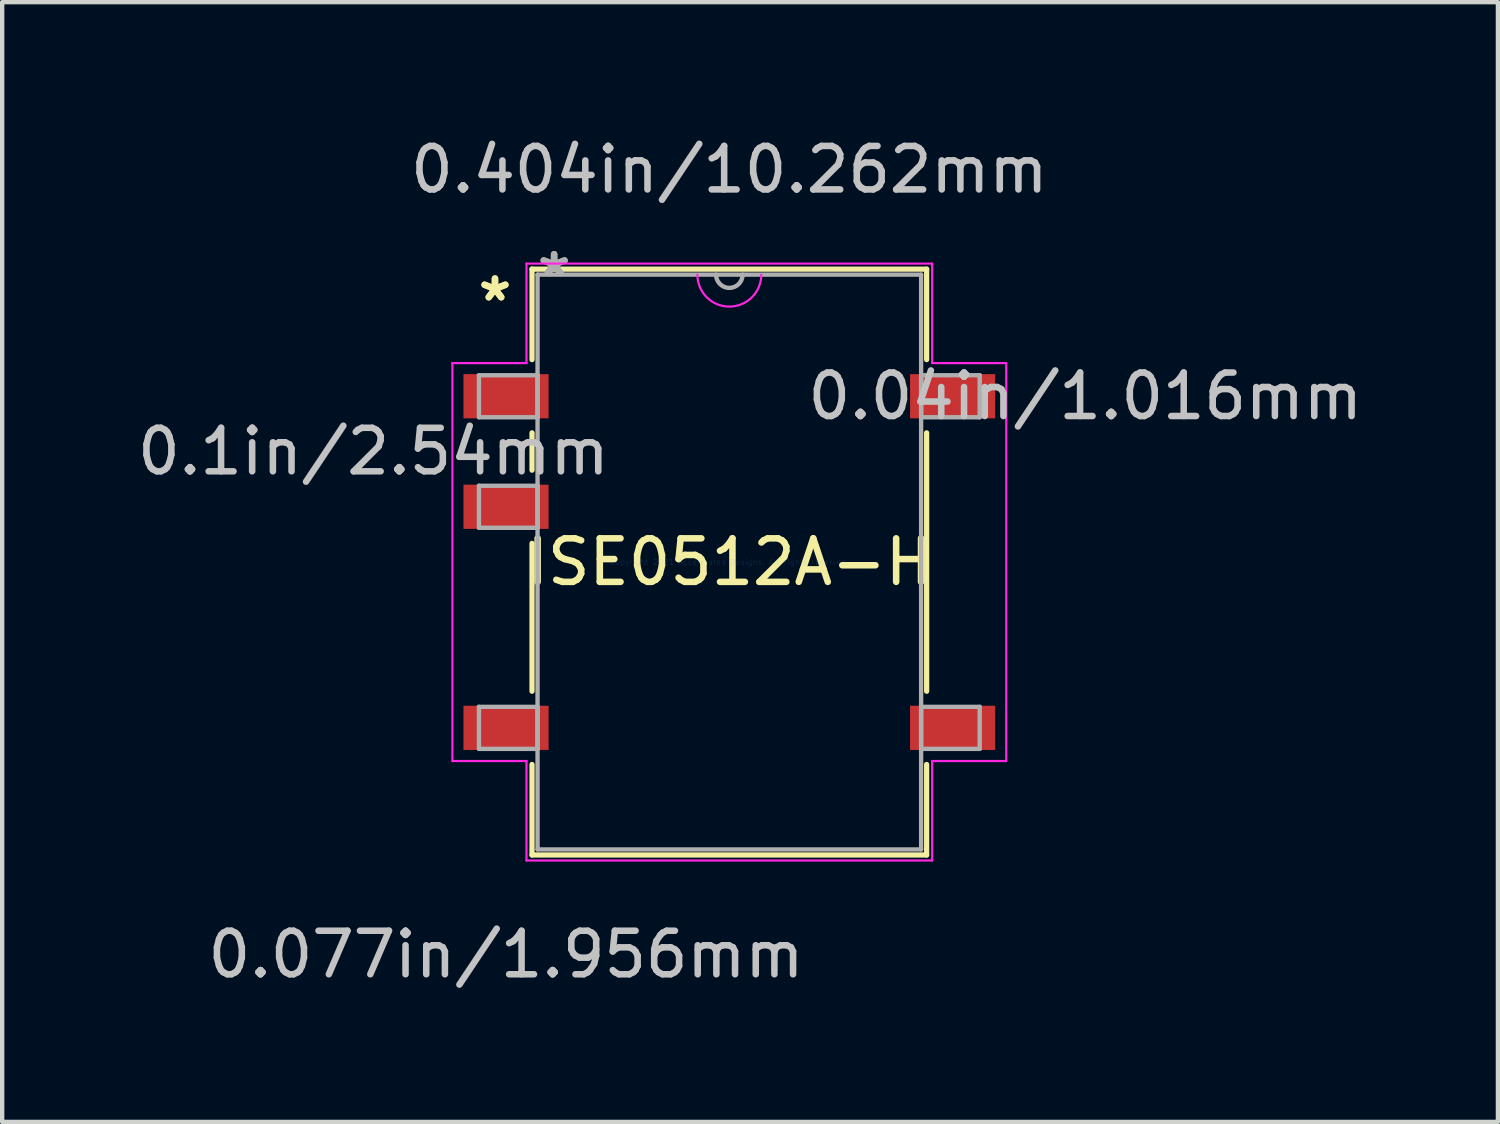
<source format=kicad_pcb>
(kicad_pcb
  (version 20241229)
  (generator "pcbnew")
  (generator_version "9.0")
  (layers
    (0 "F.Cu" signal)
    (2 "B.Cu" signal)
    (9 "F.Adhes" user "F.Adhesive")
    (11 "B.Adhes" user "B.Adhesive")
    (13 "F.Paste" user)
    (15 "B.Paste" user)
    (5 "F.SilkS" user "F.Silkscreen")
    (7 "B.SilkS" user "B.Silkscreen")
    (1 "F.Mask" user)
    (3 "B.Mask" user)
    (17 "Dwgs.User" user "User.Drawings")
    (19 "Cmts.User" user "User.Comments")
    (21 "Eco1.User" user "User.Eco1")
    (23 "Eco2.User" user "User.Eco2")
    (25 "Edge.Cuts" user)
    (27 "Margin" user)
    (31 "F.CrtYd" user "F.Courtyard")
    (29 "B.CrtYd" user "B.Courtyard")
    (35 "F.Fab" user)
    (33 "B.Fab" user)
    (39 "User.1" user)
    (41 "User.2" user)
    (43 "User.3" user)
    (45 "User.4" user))
  (footprint "ISE0512A-H"
    (layer "F.Cu")
    (at 13.709 9.865)
    (property "Reference" "ISE0512A-H" (at 0 0 0) (layer "F.SilkS") (effects (font (size 1 1) (thickness 0.15))))
    (attr through_hole)
    (fp_line (start -4.534 -6.731) (end -4.534 -4.651) (stroke (width 0.12) (type solid)) (layer "F.SilkS"))
    (fp_line (start -4.534 -2.969) (end -4.534 -2.111) (stroke (width 0.12) (type solid)) (layer "F.SilkS"))
    (fp_line (start -4.534 -0.429) (end -4.534 2.969) (stroke (width 0.12) (type solid)) (layer "F.SilkS"))
    (fp_line (start -4.534 4.651) (end -4.534 6.731) (stroke (width 0.12) (type solid)) (layer "F.SilkS"))
    (fp_line (start -4.534 6.731) (end 4.534 6.731) (stroke (width 0.12) (type solid)) (layer "F.SilkS"))
    (fp_line (start 4.534 -6.731) (end -4.534 -6.731) (stroke (width 0.12) (type solid)) (layer "F.SilkS"))
    (fp_line (start 4.534 -4.651) (end 4.534 -6.731) (stroke (width 0.12) (type solid)) (layer "F.SilkS"))
    (fp_line (start 4.534 2.969) (end 4.534 -2.969) (stroke (width 0.12) (type solid)) (layer "F.SilkS"))
    (fp_line (start 4.534 6.731) (end 4.534 4.651) (stroke (width 0.12) (type solid)) (layer "F.SilkS"))
    (fp_line (start -6.363 -4.572) (end -4.661 -4.572) (stroke (width 0.05) (type solid)) (layer "F.CrtYd"))
    (fp_line (start -6.363 4.572) (end -6.363 -4.572) (stroke (width 0.05) (type solid)) (layer "F.CrtYd"))
    (fp_line (start -4.661 -6.858) (end 4.661 -6.858) (stroke (width 0.05) (type solid)) (layer "F.CrtYd"))
    (fp_line (start -4.661 -4.572) (end -4.661 -6.858) (stroke (width 0.05) (type solid)) (layer "F.CrtYd"))
    (fp_line (start -4.661 4.572) (end -6.363 4.572) (stroke (width 0.05) (type solid)) (layer "F.CrtYd"))
    (fp_line (start -4.661 6.858) (end -4.661 4.572) (stroke (width 0.05) (type solid)) (layer "F.CrtYd"))
    (fp_line (start 4.661 -6.858) (end 4.661 -4.572) (stroke (width 0.05) (type solid)) (layer "F.CrtYd"))
    (fp_line (start 4.661 -4.572) (end 6.363 -4.572) (stroke (width 0.05) (type solid)) (layer "F.CrtYd"))
    (fp_line (start 4.661 4.572) (end 4.661 6.858) (stroke (width 0.05) (type solid)) (layer "F.CrtYd"))
    (fp_line (start 4.661 6.858) (end -4.661 6.858) (stroke (width 0.05) (type solid)) (layer "F.CrtYd"))
    (fp_line (start 6.363 -4.572) (end 6.363 4.572) (stroke (width 0.05) (type solid)) (layer "F.CrtYd"))
    (fp_line (start 6.363 4.572) (end 4.661 4.572) (stroke (width 0.05) (type solid)) (layer "F.CrtYd"))
    (fp_arc (start 0.734483 -6.604) (mid 0 -5.869517) (end -0.734483 -6.604) (stroke (width 0.05) (type solid)) (layer "F.CrtYd"))
    (fp_line (start -5.753 -4.293) (end -5.753 -3.327) (stroke (width 0.1) (type solid)) (layer "F.Fab"))
    (fp_line (start -5.753 -3.327) (end -4.407 -3.327) (stroke (width 0.1) (type solid)) (layer "F.Fab"))
    (fp_line (start -5.753 -1.753) (end -5.753 -0.787) (stroke (width 0.1) (type solid)) (layer "F.Fab"))
    (fp_line (start -5.753 -0.787) (end -4.407 -0.787) (stroke (width 0.1) (type solid)) (layer "F.Fab"))
    (fp_line (start -5.753 3.327) (end -5.753 4.293) (stroke (width 0.1) (type solid)) (layer "F.Fab"))
    (fp_line (start -5.753 4.293) (end -4.407 4.293) (stroke (width 0.1) (type solid)) (layer "F.Fab"))
    (fp_line (start -4.407 -6.604) (end -4.407 6.604) (stroke (width 0.1) (type solid)) (layer "F.Fab"))
    (fp_line (start -4.407 -4.293) (end -5.753 -4.293) (stroke (width 0.1) (type solid)) (layer "F.Fab"))
    (fp_line (start -4.407 -3.327) (end -4.407 -4.293) (stroke (width 0.1) (type solid)) (layer "F.Fab"))
    (fp_line (start -4.407 -1.753) (end -5.753 -1.753) (stroke (width 0.1) (type solid)) (layer "F.Fab"))
    (fp_line (start -4.407 -0.787) (end -4.407 -1.753) (stroke (width 0.1) (type solid)) (layer "F.Fab"))
    (fp_line (start -4.407 3.327) (end -5.753 3.327) (stroke (width 0.1) (type solid)) (layer "F.Fab"))
    (fp_line (start -4.407 4.293) (end -4.407 3.327) (stroke (width 0.1) (type solid)) (layer "F.Fab"))
    (fp_line (start -4.407 6.604) (end 4.407 6.604) (stroke (width 0.1) (type solid)) (layer "F.Fab"))
    (fp_line (start 4.407 -6.604) (end -4.407 -6.604) (stroke (width 0.1) (type solid)) (layer "F.Fab"))
    (fp_line (start 4.407 -4.293) (end 4.407 -3.327) (stroke (width 0.1) (type solid)) (layer "F.Fab"))
    (fp_line (start 4.407 -3.327) (end 5.753 -3.327) (stroke (width 0.1) (type solid)) (layer "F.Fab"))
    (fp_line (start 4.407 3.327) (end 4.407 4.293) (stroke (width 0.1) (type solid)) (layer "F.Fab"))
    (fp_line (start 4.407 4.293) (end 5.753 4.293) (stroke (width 0.1) (type solid)) (layer "F.Fab"))
    (fp_line (start 4.407 6.604) (end 4.407 -6.604) (stroke (width 0.1) (type solid)) (layer "F.Fab"))
    (fp_line (start 5.753 -4.293) (end 4.407 -4.293) (stroke (width 0.1) (type solid)) (layer "F.Fab"))
    (fp_line (start 5.753 -3.327) (end 5.753 -4.293) (stroke (width 0.1) (type solid)) (layer "F.Fab"))
    (fp_line (start 5.753 3.327) (end 4.407 3.327) (stroke (width 0.1) (type solid)) (layer "F.Fab"))
    (fp_line (start 5.753 4.293) (end 5.753 3.327) (stroke (width 0.1) (type solid)) (layer "F.Fab"))
    (fp_arc (start 0.3048 -6.604) (mid 0 -6.2992) (end -0.3048 -6.604) (stroke (width 0.1) (type solid)) (layer "F.Fab"))
    (fp_text user "*" (at -5.385 -5.969 0) (layer "F.SilkS") (effects (font (size 1 1) (thickness 0.15))))
    (fp_text user "*" (at -5.385 -5.969 0) (layer "F.SilkS") (effects (font (size 1 1) (thickness 0.15))))
    (fp_text user "0.404in/10.262mm" (at 0 -9.017 0) (layer "Dwgs.User") (effects (font (size 1 1) (thickness 0.15))))
    (fp_text user "0.04in/1.016mm" (at 8.179 -3.81 0) (layer "Dwgs.User") (effects (font (size 1 1) (thickness 0.15))))
    (fp_text user "0.1in/2.54mm" (at -8.179 -2.54 0) (layer "Dwgs.User") (effects (font (size 1 1) (thickness 0.15))))
    (fp_text user "0.077in/1.956mm" (at -5.131 9.017 0) (layer "Dwgs.User") (effects (font (size 1 1) (thickness 0.15))))
    (fp_text user "Copyright 2021 Accelerated Designs. All rights reserved." (at 0 0 0) (layer "Cmts.User") (effects (font (size 0.127 0.127) (thickness 0.002))))
    (fp_text user "*" (at -4.026 -6.528 0) (layer "F.Fab") (effects (font (size 1 1) (thickness 0.15))))
    (fp_text user "*" (at -4.026 -6.528 0) (layer "F.Fab") (effects (font (size 1 1) (thickness 0.15))))
    (pad "1" smd rect (at -5.131 -3.81) (size 1.956 1.016) (layers "F.Cu" "F.Mask" "F.Paste"))
    (pad "2" smd rect (at -5.131 -1.27) (size 1.956 1.016) (layers "F.Cu" "F.Mask" "F.Paste"))
    (pad "4" smd rect (at -5.131 3.81) (size 1.956 1.016) (layers "F.Cu" "F.Mask" "F.Paste"))
    (pad "5" smd rect (at 5.131 3.81) (size 1.956 1.016) (layers "F.Cu" "F.Mask" "F.Paste"))
    (pad "8" smd rect (at 5.131 -3.81) (size 1.956 1.016) (layers "F.Cu" "F.Mask" "F.Paste")))
  (gr_rect
    (start -3 -3)
    (end 31.37 22.73)
    (stroke (width 0.1) (type default))
    (fill no)
    (layer "Edge.Cuts")))
</source>
